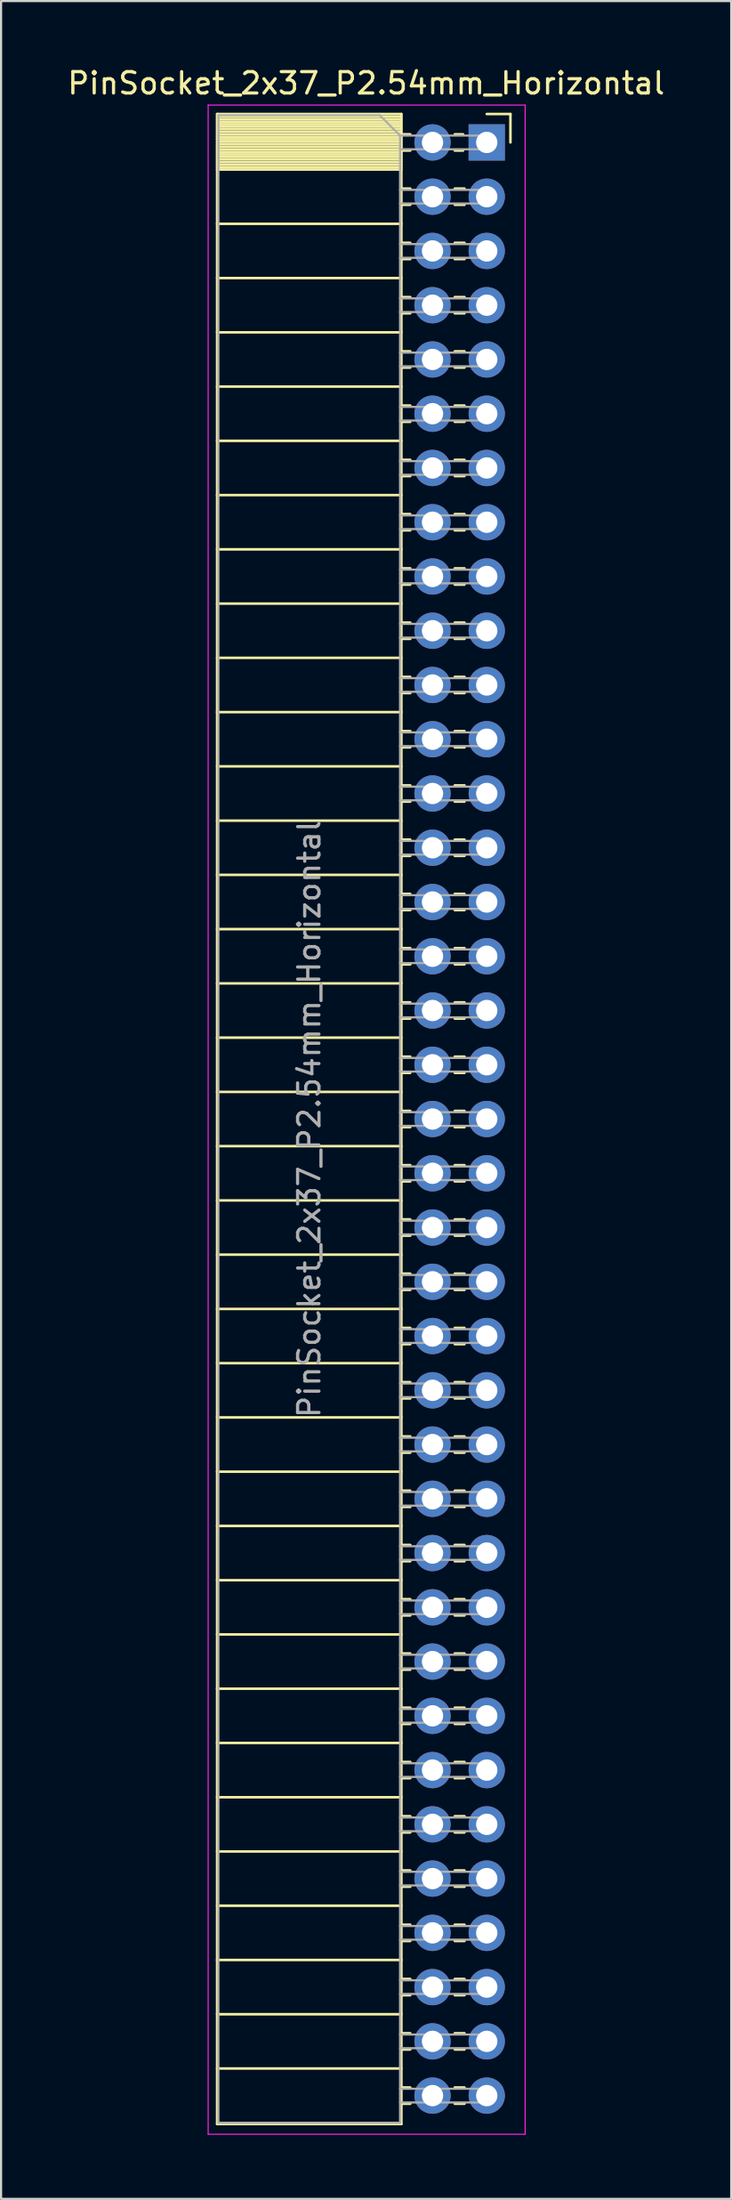
<source format=kicad_pcb>
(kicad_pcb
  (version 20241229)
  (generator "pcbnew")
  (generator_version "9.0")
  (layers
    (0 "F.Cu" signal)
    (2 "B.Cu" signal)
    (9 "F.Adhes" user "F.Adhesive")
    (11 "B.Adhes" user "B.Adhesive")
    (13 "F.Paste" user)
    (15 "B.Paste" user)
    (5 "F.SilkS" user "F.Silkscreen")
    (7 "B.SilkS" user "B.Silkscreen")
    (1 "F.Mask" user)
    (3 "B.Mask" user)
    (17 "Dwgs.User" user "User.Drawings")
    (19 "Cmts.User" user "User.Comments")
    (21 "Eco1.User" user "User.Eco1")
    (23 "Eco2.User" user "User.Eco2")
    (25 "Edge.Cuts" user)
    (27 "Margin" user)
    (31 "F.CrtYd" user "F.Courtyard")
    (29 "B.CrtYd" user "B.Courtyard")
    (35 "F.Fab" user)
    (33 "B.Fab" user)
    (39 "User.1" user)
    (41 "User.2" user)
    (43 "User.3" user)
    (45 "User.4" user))
  (footprint "PinSocket_2x37_P2.54mm_Horizontal"
    (layer "F.Cu")
    (at 19.751 3.618)
    (property "Reference" "PinSocket_2x37_P2.54mm_Horizontal" (at -5.65 -2.77 0) (layer "F.SilkS") (effects (font (size 1 1) (thickness 0.15))))
    (attr through_hole)
    (fp_line (start -12.63 -1.33) (end -12.63 92.77) (stroke (width 0.12) (type solid)) (layer "F.SilkS"))
    (fp_line (start -12.63 -1.33) (end -4 -1.33) (stroke (width 0.12) (type solid)) (layer "F.SilkS"))
    (fp_line (start -12.63 -1.21) (end -4 -1.21) (stroke (width 0.12) (type solid)) (layer "F.SilkS"))
    (fp_line (start -12.63 -1.092) (end -4 -1.092) (stroke (width 0.12) (type solid)) (layer "F.SilkS"))
    (fp_line (start -12.63 -0.974) (end -4 -0.974) (stroke (width 0.12) (type solid)) (layer "F.SilkS"))
    (fp_line (start -12.63 -0.856) (end -4 -0.856) (stroke (width 0.12) (type solid)) (layer "F.SilkS"))
    (fp_line (start -12.63 -0.738) (end -4 -0.738) (stroke (width 0.12) (type solid)) (layer "F.SilkS"))
    (fp_line (start -12.63 -0.62) (end -4 -0.62) (stroke (width 0.12) (type solid)) (layer "F.SilkS"))
    (fp_line (start -12.63 -0.501) (end -4 -0.501) (stroke (width 0.12) (type solid)) (layer "F.SilkS"))
    (fp_line (start -12.63 -0.383) (end -4 -0.383) (stroke (width 0.12) (type solid)) (layer "F.SilkS"))
    (fp_line (start -12.63 -0.265) (end -4 -0.265) (stroke (width 0.12) (type solid)) (layer "F.SilkS"))
    (fp_line (start -12.63 -0.147) (end -4 -0.147) (stroke (width 0.12) (type solid)) (layer "F.SilkS"))
    (fp_line (start -12.63 -0.029) (end -4 -0.029) (stroke (width 0.12) (type solid)) (layer "F.SilkS"))
    (fp_line (start -12.63 0.089) (end -4 0.089) (stroke (width 0.12) (type solid)) (layer "F.SilkS"))
    (fp_line (start -12.63 0.207) (end -4 0.207) (stroke (width 0.12) (type solid)) (layer "F.SilkS"))
    (fp_line (start -12.63 0.325) (end -4 0.325) (stroke (width 0.12) (type solid)) (layer "F.SilkS"))
    (fp_line (start -12.63 0.443) (end -4 0.443) (stroke (width 0.12) (type solid)) (layer "F.SilkS"))
    (fp_line (start -12.63 0.561) (end -4 0.561) (stroke (width 0.12) (type solid)) (layer "F.SilkS"))
    (fp_line (start -12.63 0.68) (end -4 0.68) (stroke (width 0.12) (type solid)) (layer "F.SilkS"))
    (fp_line (start -12.63 0.798) (end -4 0.798) (stroke (width 0.12) (type solid)) (layer "F.SilkS"))
    (fp_line (start -12.63 0.916) (end -4 0.916) (stroke (width 0.12) (type solid)) (layer "F.SilkS"))
    (fp_line (start -12.63 1.034) (end -4 1.034) (stroke (width 0.12) (type solid)) (layer "F.SilkS"))
    (fp_line (start -12.63 1.152) (end -4 1.152) (stroke (width 0.12) (type solid)) (layer "F.SilkS"))
    (fp_line (start -12.63 1.27) (end -4 1.27) (stroke (width 0.12) (type solid)) (layer "F.SilkS"))
    (fp_line (start -12.63 3.81) (end -4 3.81) (stroke (width 0.12) (type solid)) (layer "F.SilkS"))
    (fp_line (start -12.63 6.35) (end -4 6.35) (stroke (width 0.12) (type solid)) (layer "F.SilkS"))
    (fp_line (start -12.63 8.89) (end -4 8.89) (stroke (width 0.12) (type solid)) (layer "F.SilkS"))
    (fp_line (start -12.63 11.43) (end -4 11.43) (stroke (width 0.12) (type solid)) (layer "F.SilkS"))
    (fp_line (start -12.63 13.97) (end -4 13.97) (stroke (width 0.12) (type solid)) (layer "F.SilkS"))
    (fp_line (start -12.63 16.51) (end -4 16.51) (stroke (width 0.12) (type solid)) (layer "F.SilkS"))
    (fp_line (start -12.63 19.05) (end -4 19.05) (stroke (width 0.12) (type solid)) (layer "F.SilkS"))
    (fp_line (start -12.63 21.59) (end -4 21.59) (stroke (width 0.12) (type solid)) (layer "F.SilkS"))
    (fp_line (start -12.63 24.13) (end -4 24.13) (stroke (width 0.12) (type solid)) (layer "F.SilkS"))
    (fp_line (start -12.63 26.67) (end -4 26.67) (stroke (width 0.12) (type solid)) (layer "F.SilkS"))
    (fp_line (start -12.63 29.21) (end -4 29.21) (stroke (width 0.12) (type solid)) (layer "F.SilkS"))
    (fp_line (start -12.63 31.75) (end -4 31.75) (stroke (width 0.12) (type solid)) (layer "F.SilkS"))
    (fp_line (start -12.63 34.29) (end -4 34.29) (stroke (width 0.12) (type solid)) (layer "F.SilkS"))
    (fp_line (start -12.63 36.83) (end -4 36.83) (stroke (width 0.12) (type solid)) (layer "F.SilkS"))
    (fp_line (start -12.63 39.37) (end -4 39.37) (stroke (width 0.12) (type solid)) (layer "F.SilkS"))
    (fp_line (start -12.63 41.91) (end -4 41.91) (stroke (width 0.12) (type solid)) (layer "F.SilkS"))
    (fp_line (start -12.63 44.45) (end -4 44.45) (stroke (width 0.12) (type solid)) (layer "F.SilkS"))
    (fp_line (start -12.63 46.99) (end -4 46.99) (stroke (width 0.12) (type solid)) (layer "F.SilkS"))
    (fp_line (start -12.63 49.53) (end -4 49.53) (stroke (width 0.12) (type solid)) (layer "F.SilkS"))
    (fp_line (start -12.63 52.07) (end -4 52.07) (stroke (width 0.12) (type solid)) (layer "F.SilkS"))
    (fp_line (start -12.63 54.61) (end -4 54.61) (stroke (width 0.12) (type solid)) (layer "F.SilkS"))
    (fp_line (start -12.63 57.15) (end -4 57.15) (stroke (width 0.12) (type solid)) (layer "F.SilkS"))
    (fp_line (start -12.63 59.69) (end -4 59.69) (stroke (width 0.12) (type solid)) (layer "F.SilkS"))
    (fp_line (start -12.63 62.23) (end -4 62.23) (stroke (width 0.12) (type solid)) (layer "F.SilkS"))
    (fp_line (start -12.63 64.77) (end -4 64.77) (stroke (width 0.12) (type solid)) (layer "F.SilkS"))
    (fp_line (start -12.63 67.31) (end -4 67.31) (stroke (width 0.12) (type solid)) (layer "F.SilkS"))
    (fp_line (start -12.63 69.85) (end -4 69.85) (stroke (width 0.12) (type solid)) (layer "F.SilkS"))
    (fp_line (start -12.63 72.39) (end -4 72.39) (stroke (width 0.12) (type solid)) (layer "F.SilkS"))
    (fp_line (start -12.63 74.93) (end -4 74.93) (stroke (width 0.12) (type solid)) (layer "F.SilkS"))
    (fp_line (start -12.63 77.47) (end -4 77.47) (stroke (width 0.12) (type solid)) (layer "F.SilkS"))
    (fp_line (start -12.63 80.01) (end -4 80.01) (stroke (width 0.12) (type solid)) (layer "F.SilkS"))
    (fp_line (start -12.63 82.55) (end -4 82.55) (stroke (width 0.12) (type solid)) (layer "F.SilkS"))
    (fp_line (start -12.63 85.09) (end -4 85.09) (stroke (width 0.12) (type solid)) (layer "F.SilkS"))
    (fp_line (start -12.63 87.63) (end -4 87.63) (stroke (width 0.12) (type solid)) (layer "F.SilkS"))
    (fp_line (start -12.63 90.17) (end -4 90.17) (stroke (width 0.12) (type solid)) (layer "F.SilkS"))
    (fp_line (start -12.63 92.77) (end -4 92.77) (stroke (width 0.12) (type solid)) (layer "F.SilkS"))
    (fp_line (start -4 -1.33) (end -4 92.77) (stroke (width 0.12) (type solid)) (layer "F.SilkS"))
    (fp_line (start -4 -0.38) (end -3.583 -0.38) (stroke (width 0.12) (type solid)) (layer "F.SilkS"))
    (fp_line (start -4 0.38) (end -3.583 0.38) (stroke (width 0.12) (type solid)) (layer "F.SilkS"))
    (fp_line (start -4 2.16) (end -3.583 2.16) (stroke (width 0.12) (type solid)) (layer "F.SilkS"))
    (fp_line (start -4 2.92) (end -3.583 2.92) (stroke (width 0.12) (type solid)) (layer "F.SilkS"))
    (fp_line (start -4 4.7) (end -3.583 4.7) (stroke (width 0.12) (type solid)) (layer "F.SilkS"))
    (fp_line (start -4 5.46) (end -3.583 5.46) (stroke (width 0.12) (type solid)) (layer "F.SilkS"))
    (fp_line (start -4 7.24) (end -3.583 7.24) (stroke (width 0.12) (type solid)) (layer "F.SilkS"))
    (fp_line (start -4 8) (end -3.583 8) (stroke (width 0.12) (type solid)) (layer "F.SilkS"))
    (fp_line (start -4 9.78) (end -3.583 9.78) (stroke (width 0.12) (type solid)) (layer "F.SilkS"))
    (fp_line (start -4 10.54) (end -3.583 10.54) (stroke (width 0.12) (type solid)) (layer "F.SilkS"))
    (fp_line (start -4 12.32) (end -3.583 12.32) (stroke (width 0.12) (type solid)) (layer "F.SilkS"))
    (fp_line (start -4 13.08) (end -3.583 13.08) (stroke (width 0.12) (type solid)) (layer "F.SilkS"))
    (fp_line (start -4 14.86) (end -3.583 14.86) (stroke (width 0.12) (type solid)) (layer "F.SilkS"))
    (fp_line (start -4 15.62) (end -3.583 15.62) (stroke (width 0.12) (type solid)) (layer "F.SilkS"))
    (fp_line (start -4 17.4) (end -3.583 17.4) (stroke (width 0.12) (type solid)) (layer "F.SilkS"))
    (fp_line (start -4 18.16) (end -3.583 18.16) (stroke (width 0.12) (type solid)) (layer "F.SilkS"))
    (fp_line (start -4 19.94) (end -3.583 19.94) (stroke (width 0.12) (type solid)) (layer "F.SilkS"))
    (fp_line (start -4 20.7) (end -3.583 20.7) (stroke (width 0.12) (type solid)) (layer "F.SilkS"))
    (fp_line (start -4 22.48) (end -3.583 22.48) (stroke (width 0.12) (type solid)) (layer "F.SilkS"))
    (fp_line (start -4 23.24) (end -3.583 23.24) (stroke (width 0.12) (type solid)) (layer "F.SilkS"))
    (fp_line (start -4 25.02) (end -3.583 25.02) (stroke (width 0.12) (type solid)) (layer "F.SilkS"))
    (fp_line (start -4 25.78) (end -3.583 25.78) (stroke (width 0.12) (type solid)) (layer "F.SilkS"))
    (fp_line (start -4 27.56) (end -3.583 27.56) (stroke (width 0.12) (type solid)) (layer "F.SilkS"))
    (fp_line (start -4 28.32) (end -3.583 28.32) (stroke (width 0.12) (type solid)) (layer "F.SilkS"))
    (fp_line (start -4 30.1) (end -3.583 30.1) (stroke (width 0.12) (type solid)) (layer "F.SilkS"))
    (fp_line (start -4 30.86) (end -3.583 30.86) (stroke (width 0.12) (type solid)) (layer "F.SilkS"))
    (fp_line (start -4 32.64) (end -3.583 32.64) (stroke (width 0.12) (type solid)) (layer "F.SilkS"))
    (fp_line (start -4 33.4) (end -3.583 33.4) (stroke (width 0.12) (type solid)) (layer "F.SilkS"))
    (fp_line (start -4 35.18) (end -3.583 35.18) (stroke (width 0.12) (type solid)) (layer "F.SilkS"))
    (fp_line (start -4 35.94) (end -3.583 35.94) (stroke (width 0.12) (type solid)) (layer "F.SilkS"))
    (fp_line (start -4 37.72) (end -3.583 37.72) (stroke (width 0.12) (type solid)) (layer "F.SilkS"))
    (fp_line (start -4 38.48) (end -3.583 38.48) (stroke (width 0.12) (type solid)) (layer "F.SilkS"))
    (fp_line (start -4 40.26) (end -3.583 40.26) (stroke (width 0.12) (type solid)) (layer "F.SilkS"))
    (fp_line (start -4 41.02) (end -3.583 41.02) (stroke (width 0.12) (type solid)) (layer "F.SilkS"))
    (fp_line (start -4 42.8) (end -3.583 42.8) (stroke (width 0.12) (type solid)) (layer "F.SilkS"))
    (fp_line (start -4 43.56) (end -3.583 43.56) (stroke (width 0.12) (type solid)) (layer "F.SilkS"))
    (fp_line (start -4 45.34) (end -3.583 45.34) (stroke (width 0.12) (type solid)) (layer "F.SilkS"))
    (fp_line (start -4 46.1) (end -3.583 46.1) (stroke (width 0.12) (type solid)) (layer "F.SilkS"))
    (fp_line (start -4 47.88) (end -3.583 47.88) (stroke (width 0.12) (type solid)) (layer "F.SilkS"))
    (fp_line (start -4 48.64) (end -3.583 48.64) (stroke (width 0.12) (type solid)) (layer "F.SilkS"))
    (fp_line (start -4 50.42) (end -3.583 50.42) (stroke (width 0.12) (type solid)) (layer "F.SilkS"))
    (fp_line (start -4 51.18) (end -3.583 51.18) (stroke (width 0.12) (type solid)) (layer "F.SilkS"))
    (fp_line (start -4 52.96) (end -3.583 52.96) (stroke (width 0.12) (type solid)) (layer "F.SilkS"))
    (fp_line (start -4 53.72) (end -3.583 53.72) (stroke (width 0.12) (type solid)) (layer "F.SilkS"))
    (fp_line (start -4 55.5) (end -3.583 55.5) (stroke (width 0.12) (type solid)) (layer "F.SilkS"))
    (fp_line (start -4 56.26) (end -3.583 56.26) (stroke (width 0.12) (type solid)) (layer "F.SilkS"))
    (fp_line (start -4 58.04) (end -3.583 58.04) (stroke (width 0.12) (type solid)) (layer "F.SilkS"))
    (fp_line (start -4 58.8) (end -3.583 58.8) (stroke (width 0.12) (type solid)) (layer "F.SilkS"))
    (fp_line (start -4 60.58) (end -3.583 60.58) (stroke (width 0.12) (type solid)) (layer "F.SilkS"))
    (fp_line (start -4 61.34) (end -3.583 61.34) (stroke (width 0.12) (type solid)) (layer "F.SilkS"))
    (fp_line (start -4 63.12) (end -3.583 63.12) (stroke (width 0.12) (type solid)) (layer "F.SilkS"))
    (fp_line (start -4 63.88) (end -3.583 63.88) (stroke (width 0.12) (type solid)) (layer "F.SilkS"))
    (fp_line (start -4 65.66) (end -3.583 65.66) (stroke (width 0.12) (type solid)) (layer "F.SilkS"))
    (fp_line (start -4 66.42) (end -3.583 66.42) (stroke (width 0.12) (type solid)) (layer "F.SilkS"))
    (fp_line (start -4 68.2) (end -3.583 68.2) (stroke (width 0.12) (type solid)) (layer "F.SilkS"))
    (fp_line (start -4 68.96) (end -3.583 68.96) (stroke (width 0.12) (type solid)) (layer "F.SilkS"))
    (fp_line (start -4 70.74) (end -3.583 70.74) (stroke (width 0.12) (type solid)) (layer "F.SilkS"))
    (fp_line (start -4 71.5) (end -3.583 71.5) (stroke (width 0.12) (type solid)) (layer "F.SilkS"))
    (fp_line (start -4 73.28) (end -3.583 73.28) (stroke (width 0.12) (type solid)) (layer "F.SilkS"))
    (fp_line (start -4 74.04) (end -3.583 74.04) (stroke (width 0.12) (type solid)) (layer "F.SilkS"))
    (fp_line (start -4 75.82) (end -3.583 75.82) (stroke (width 0.12) (type solid)) (layer "F.SilkS"))
    (fp_line (start -4 76.58) (end -3.583 76.58) (stroke (width 0.12) (type solid)) (layer "F.SilkS"))
    (fp_line (start -4 78.36) (end -3.583 78.36) (stroke (width 0.12) (type solid)) (layer "F.SilkS"))
    (fp_line (start -4 79.12) (end -3.583 79.12) (stroke (width 0.12) (type solid)) (layer "F.SilkS"))
    (fp_line (start -4 80.9) (end -3.583 80.9) (stroke (width 0.12) (type solid)) (layer "F.SilkS"))
    (fp_line (start -4 81.66) (end -3.583 81.66) (stroke (width 0.12) (type solid)) (layer "F.SilkS"))
    (fp_line (start -4 83.44) (end -3.583 83.44) (stroke (width 0.12) (type solid)) (layer "F.SilkS"))
    (fp_line (start -4 84.2) (end -3.583 84.2) (stroke (width 0.12) (type solid)) (layer "F.SilkS"))
    (fp_line (start -4 85.98) (end -3.583 85.98) (stroke (width 0.12) (type solid)) (layer "F.SilkS"))
    (fp_line (start -4 86.74) (end -3.583 86.74) (stroke (width 0.12) (type solid)) (layer "F.SilkS"))
    (fp_line (start -4 88.52) (end -3.583 88.52) (stroke (width 0.12) (type solid)) (layer "F.SilkS"))
    (fp_line (start -4 89.28) (end -3.583 89.28) (stroke (width 0.12) (type solid)) (layer "F.SilkS"))
    (fp_line (start -4 91.06) (end -3.583 91.06) (stroke (width 0.12) (type solid)) (layer "F.SilkS"))
    (fp_line (start -4 91.82) (end -3.583 91.82) (stroke (width 0.12) (type solid)) (layer "F.SilkS"))
    (fp_line (start -1.497 -0.38) (end -1.11 -0.38) (stroke (width 0.12) (type solid)) (layer "F.SilkS"))
    (fp_line (start -1.497 0.38) (end -1.11 0.38) (stroke (width 0.12) (type solid)) (layer "F.SilkS"))
    (fp_line (start -1.497 2.16) (end -1.043 2.16) (stroke (width 0.12) (type solid)) (layer "F.SilkS"))
    (fp_line (start -1.497 2.92) (end -1.043 2.92) (stroke (width 0.12) (type solid)) (layer "F.SilkS"))
    (fp_line (start -1.497 4.7) (end -1.043 4.7) (stroke (width 0.12) (type solid)) (layer "F.SilkS"))
    (fp_line (start -1.497 5.46) (end -1.043 5.46) (stroke (width 0.12) (type solid)) (layer "F.SilkS"))
    (fp_line (start -1.497 7.24) (end -1.043 7.24) (stroke (width 0.12) (type solid)) (layer "F.SilkS"))
    (fp_line (start -1.497 8) (end -1.043 8) (stroke (width 0.12) (type solid)) (layer "F.SilkS"))
    (fp_line (start -1.497 9.78) (end -1.043 9.78) (stroke (width 0.12) (type solid)) (layer "F.SilkS"))
    (fp_line (start -1.497 10.54) (end -1.043 10.54) (stroke (width 0.12) (type solid)) (layer "F.SilkS"))
    (fp_line (start -1.497 12.32) (end -1.043 12.32) (stroke (width 0.12) (type solid)) (layer "F.SilkS"))
    (fp_line (start -1.497 13.08) (end -1.043 13.08) (stroke (width 0.12) (type solid)) (layer "F.SilkS"))
    (fp_line (start -1.497 14.86) (end -1.043 14.86) (stroke (width 0.12) (type solid)) (layer "F.SilkS"))
    (fp_line (start -1.497 15.62) (end -1.043 15.62) (stroke (width 0.12) (type solid)) (layer "F.SilkS"))
    (fp_line (start -1.497 17.4) (end -1.043 17.4) (stroke (width 0.12) (type solid)) (layer "F.SilkS"))
    (fp_line (start -1.497 18.16) (end -1.043 18.16) (stroke (width 0.12) (type solid)) (layer "F.SilkS"))
    (fp_line (start -1.497 19.94) (end -1.043 19.94) (stroke (width 0.12) (type solid)) (layer "F.SilkS"))
    (fp_line (start -1.497 20.7) (end -1.043 20.7) (stroke (width 0.12) (type solid)) (layer "F.SilkS"))
    (fp_line (start -1.497 22.48) (end -1.043 22.48) (stroke (width 0.12) (type solid)) (layer "F.SilkS"))
    (fp_line (start -1.497 23.24) (end -1.043 23.24) (stroke (width 0.12) (type solid)) (layer "F.SilkS"))
    (fp_line (start -1.497 25.02) (end -1.043 25.02) (stroke (width 0.12) (type solid)) (layer "F.SilkS"))
    (fp_line (start -1.497 25.78) (end -1.043 25.78) (stroke (width 0.12) (type solid)) (layer "F.SilkS"))
    (fp_line (start -1.497 27.56) (end -1.043 27.56) (stroke (width 0.12) (type solid)) (layer "F.SilkS"))
    (fp_line (start -1.497 28.32) (end -1.043 28.32) (stroke (width 0.12) (type solid)) (layer "F.SilkS"))
    (fp_line (start -1.497 30.1) (end -1.043 30.1) (stroke (width 0.12) (type solid)) (layer "F.SilkS"))
    (fp_line (start -1.497 30.86) (end -1.043 30.86) (stroke (width 0.12) (type solid)) (layer "F.SilkS"))
    (fp_line (start -1.497 32.64) (end -1.043 32.64) (stroke (width 0.12) (type solid)) (layer "F.SilkS"))
    (fp_line (start -1.497 33.4) (end -1.043 33.4) (stroke (width 0.12) (type solid)) (layer "F.SilkS"))
    (fp_line (start -1.497 35.18) (end -1.043 35.18) (stroke (width 0.12) (type solid)) (layer "F.SilkS"))
    (fp_line (start -1.497 35.94) (end -1.043 35.94) (stroke (width 0.12) (type solid)) (layer "F.SilkS"))
    (fp_line (start -1.497 37.72) (end -1.043 37.72) (stroke (width 0.12) (type solid)) (layer "F.SilkS"))
    (fp_line (start -1.497 38.48) (end -1.043 38.48) (stroke (width 0.12) (type solid)) (layer "F.SilkS"))
    (fp_line (start -1.497 40.26) (end -1.043 40.26) (stroke (width 0.12) (type solid)) (layer "F.SilkS"))
    (fp_line (start -1.497 41.02) (end -1.043 41.02) (stroke (width 0.12) (type solid)) (layer "F.SilkS"))
    (fp_line (start -1.497 42.8) (end -1.043 42.8) (stroke (width 0.12) (type solid)) (layer "F.SilkS"))
    (fp_line (start -1.497 43.56) (end -1.043 43.56) (stroke (width 0.12) (type solid)) (layer "F.SilkS"))
    (fp_line (start -1.497 45.34) (end -1.043 45.34) (stroke (width 0.12) (type solid)) (layer "F.SilkS"))
    (fp_line (start -1.497 46.1) (end -1.043 46.1) (stroke (width 0.12) (type solid)) (layer "F.SilkS"))
    (fp_line (start -1.497 47.88) (end -1.043 47.88) (stroke (width 0.12) (type solid)) (layer "F.SilkS"))
    (fp_line (start -1.497 48.64) (end -1.043 48.64) (stroke (width 0.12) (type solid)) (layer "F.SilkS"))
    (fp_line (start -1.497 50.42) (end -1.043 50.42) (stroke (width 0.12) (type solid)) (layer "F.SilkS"))
    (fp_line (start -1.497 51.18) (end -1.043 51.18) (stroke (width 0.12) (type solid)) (layer "F.SilkS"))
    (fp_line (start -1.497 52.96) (end -1.043 52.96) (stroke (width 0.12) (type solid)) (layer "F.SilkS"))
    (fp_line (start -1.497 53.72) (end -1.043 53.72) (stroke (width 0.12) (type solid)) (layer "F.SilkS"))
    (fp_line (start -1.497 55.5) (end -1.043 55.5) (stroke (width 0.12) (type solid)) (layer "F.SilkS"))
    (fp_line (start -1.497 56.26) (end -1.043 56.26) (stroke (width 0.12) (type solid)) (layer "F.SilkS"))
    (fp_line (start -1.497 58.04) (end -1.043 58.04) (stroke (width 0.12) (type solid)) (layer "F.SilkS"))
    (fp_line (start -1.497 58.8) (end -1.043 58.8) (stroke (width 0.12) (type solid)) (layer "F.SilkS"))
    (fp_line (start -1.497 60.58) (end -1.043 60.58) (stroke (width 0.12) (type solid)) (layer "F.SilkS"))
    (fp_line (start -1.497 61.34) (end -1.043 61.34) (stroke (width 0.12) (type solid)) (layer "F.SilkS"))
    (fp_line (start -1.497 63.12) (end -1.043 63.12) (stroke (width 0.12) (type solid)) (layer "F.SilkS"))
    (fp_line (start -1.497 63.88) (end -1.043 63.88) (stroke (width 0.12) (type solid)) (layer "F.SilkS"))
    (fp_line (start -1.497 65.66) (end -1.043 65.66) (stroke (width 0.12) (type solid)) (layer "F.SilkS"))
    (fp_line (start -1.497 66.42) (end -1.043 66.42) (stroke (width 0.12) (type solid)) (layer "F.SilkS"))
    (fp_line (start -1.497 68.2) (end -1.043 68.2) (stroke (width 0.12) (type solid)) (layer "F.SilkS"))
    (fp_line (start -1.497 68.96) (end -1.043 68.96) (stroke (width 0.12) (type solid)) (layer "F.SilkS"))
    (fp_line (start -1.497 70.74) (end -1.043 70.74) (stroke (width 0.12) (type solid)) (layer "F.SilkS"))
    (fp_line (start -1.497 71.5) (end -1.043 71.5) (stroke (width 0.12) (type solid)) (layer "F.SilkS"))
    (fp_line (start -1.497 73.28) (end -1.043 73.28) (stroke (width 0.12) (type solid)) (layer "F.SilkS"))
    (fp_line (start -1.497 74.04) (end -1.043 74.04) (stroke (width 0.12) (type solid)) (layer "F.SilkS"))
    (fp_line (start -1.497 75.82) (end -1.043 75.82) (stroke (width 0.12) (type solid)) (layer "F.SilkS"))
    (fp_line (start -1.497 76.58) (end -1.043 76.58) (stroke (width 0.12) (type solid)) (layer "F.SilkS"))
    (fp_line (start -1.497 78.36) (end -1.043 78.36) (stroke (width 0.12) (type solid)) (layer "F.SilkS"))
    (fp_line (start -1.497 79.12) (end -1.043 79.12) (stroke (width 0.12) (type solid)) (layer "F.SilkS"))
    (fp_line (start -1.497 80.9) (end -1.043 80.9) (stroke (width 0.12) (type solid)) (layer "F.SilkS"))
    (fp_line (start -1.497 81.66) (end -1.043 81.66) (stroke (width 0.12) (type solid)) (layer "F.SilkS"))
    (fp_line (start -1.497 83.44) (end -1.043 83.44) (stroke (width 0.12) (type solid)) (layer "F.SilkS"))
    (fp_line (start -1.497 84.2) (end -1.043 84.2) (stroke (width 0.12) (type solid)) (layer "F.SilkS"))
    (fp_line (start -1.497 85.98) (end -1.043 85.98) (stroke (width 0.12) (type solid)) (layer "F.SilkS"))
    (fp_line (start -1.497 86.74) (end -1.043 86.74) (stroke (width 0.12) (type solid)) (layer "F.SilkS"))
    (fp_line (start -1.497 88.52) (end -1.043 88.52) (stroke (width 0.12) (type solid)) (layer "F.SilkS"))
    (fp_line (start -1.497 89.28) (end -1.043 89.28) (stroke (width 0.12) (type solid)) (layer "F.SilkS"))
    (fp_line (start -1.497 91.06) (end -1.043 91.06) (stroke (width 0.12) (type solid)) (layer "F.SilkS"))
    (fp_line (start -1.497 91.82) (end -1.043 91.82) (stroke (width 0.12) (type solid)) (layer "F.SilkS"))
    (fp_line (start 0 -1.33) (end 1.11 -1.33) (stroke (width 0.12) (type solid)) (layer "F.SilkS"))
    (fp_line (start 1.11 -1.33) (end 1.11 0) (stroke (width 0.12) (type solid)) (layer "F.SilkS"))
    (fp_line (start -13.05 -1.75) (end -13.05 93.25) (stroke (width 0.05) (type solid)) (layer "F.CrtYd"))
    (fp_line (start -13.05 93.25) (end 1.8 93.25) (stroke (width 0.05) (type solid)) (layer "F.CrtYd"))
    (fp_line (start 1.8 -1.75) (end -13.05 -1.75) (stroke (width 0.05) (type solid)) (layer "F.CrtYd"))
    (fp_line (start 1.8 93.25) (end 1.8 -1.75) (stroke (width 0.05) (type solid)) (layer "F.CrtYd"))
    (fp_line (start -12.57 -1.27) (end -5.01 -1.27) (stroke (width 0.1) (type solid)) (layer "F.Fab"))
    (fp_line (start -12.57 92.71) (end -12.57 -1.27) (stroke (width 0.1) (type solid)) (layer "F.Fab"))
    (fp_line (start -5.01 -1.27) (end -4.06 -0.32) (stroke (width 0.1) (type solid)) (layer "F.Fab"))
    (fp_line (start -4.06 -0.32) (end -4.06 92.71) (stroke (width 0.1) (type solid)) (layer "F.Fab"))
    (fp_line (start -4.06 0.32) (end 0 0.32) (stroke (width 0.1) (type solid)) (layer "F.Fab"))
    (fp_line (start -4.06 2.86) (end 0 2.86) (stroke (width 0.1) (type solid)) (layer "F.Fab"))
    (fp_line (start -4.06 5.4) (end 0 5.4) (stroke (width 0.1) (type solid)) (layer "F.Fab"))
    (fp_line (start -4.06 7.94) (end 0 7.94) (stroke (width 0.1) (type solid)) (layer "F.Fab"))
    (fp_line (start -4.06 10.48) (end 0 10.48) (stroke (width 0.1) (type solid)) (layer "F.Fab"))
    (fp_line (start -4.06 13.02) (end 0 13.02) (stroke (width 0.1) (type solid)) (layer "F.Fab"))
    (fp_line (start -4.06 15.56) (end 0 15.56) (stroke (width 0.1) (type solid)) (layer "F.Fab"))
    (fp_line (start -4.06 18.1) (end 0 18.1) (stroke (width 0.1) (type solid)) (layer "F.Fab"))
    (fp_line (start -4.06 20.64) (end 0 20.64) (stroke (width 0.1) (type solid)) (layer "F.Fab"))
    (fp_line (start -4.06 23.18) (end 0 23.18) (stroke (width 0.1) (type solid)) (layer "F.Fab"))
    (fp_line (start -4.06 25.72) (end 0 25.72) (stroke (width 0.1) (type solid)) (layer "F.Fab"))
    (fp_line (start -4.06 28.26) (end 0 28.26) (stroke (width 0.1) (type solid)) (layer "F.Fab"))
    (fp_line (start -4.06 30.8) (end 0 30.8) (stroke (width 0.1) (type solid)) (layer "F.Fab"))
    (fp_line (start -4.06 33.34) (end 0 33.34) (stroke (width 0.1) (type solid)) (layer "F.Fab"))
    (fp_line (start -4.06 35.88) (end 0 35.88) (stroke (width 0.1) (type solid)) (layer "F.Fab"))
    (fp_line (start -4.06 38.42) (end 0 38.42) (stroke (width 0.1) (type solid)) (layer "F.Fab"))
    (fp_line (start -4.06 40.96) (end 0 40.96) (stroke (width 0.1) (type solid)) (layer "F.Fab"))
    (fp_line (start -4.06 43.5) (end 0 43.5) (stroke (width 0.1) (type solid)) (layer "F.Fab"))
    (fp_line (start -4.06 46.04) (end 0 46.04) (stroke (width 0.1) (type solid)) (layer "F.Fab"))
    (fp_line (start -4.06 48.58) (end 0 48.58) (stroke (width 0.1) (type solid)) (layer "F.Fab"))
    (fp_line (start -4.06 51.12) (end 0 51.12) (stroke (width 0.1) (type solid)) (layer "F.Fab"))
    (fp_line (start -4.06 53.66) (end 0 53.66) (stroke (width 0.1) (type solid)) (layer "F.Fab"))
    (fp_line (start -4.06 56.2) (end 0 56.2) (stroke (width 0.1) (type solid)) (layer "F.Fab"))
    (fp_line (start -4.06 58.74) (end 0 58.74) (stroke (width 0.1) (type solid)) (layer "F.Fab"))
    (fp_line (start -4.06 61.28) (end 0 61.28) (stroke (width 0.1) (type solid)) (layer "F.Fab"))
    (fp_line (start -4.06 63.82) (end 0 63.82) (stroke (width 0.1) (type solid)) (layer "F.Fab"))
    (fp_line (start -4.06 66.36) (end 0 66.36) (stroke (width 0.1) (type solid)) (layer "F.Fab"))
    (fp_line (start -4.06 68.9) (end 0 68.9) (stroke (width 0.1) (type solid)) (layer "F.Fab"))
    (fp_line (start -4.06 71.44) (end 0 71.44) (stroke (width 0.1) (type solid)) (layer "F.Fab"))
    (fp_line (start -4.06 73.98) (end 0 73.98) (stroke (width 0.1) (type solid)) (layer "F.Fab"))
    (fp_line (start -4.06 76.52) (end 0 76.52) (stroke (width 0.1) (type solid)) (layer "F.Fab"))
    (fp_line (start -4.06 79.06) (end 0 79.06) (stroke (width 0.1) (type solid)) (layer "F.Fab"))
    (fp_line (start -4.06 81.6) (end 0 81.6) (stroke (width 0.1) (type solid)) (layer "F.Fab"))
    (fp_line (start -4.06 84.14) (end 0 84.14) (stroke (width 0.1) (type solid)) (layer "F.Fab"))
    (fp_line (start -4.06 86.68) (end 0 86.68) (stroke (width 0.1) (type solid)) (layer "F.Fab"))
    (fp_line (start -4.06 89.22) (end 0 89.22) (stroke (width 0.1) (type solid)) (layer "F.Fab"))
    (fp_line (start -4.06 91.76) (end 0 91.76) (stroke (width 0.1) (type solid)) (layer "F.Fab"))
    (fp_line (start -4.06 92.71) (end -12.57 92.71) (stroke (width 0.1) (type solid)) (layer "F.Fab"))
    (fp_line (start 0 -0.32) (end -4.06 -0.32) (stroke (width 0.1) (type solid)) (layer "F.Fab"))
    (fp_line (start 0 0.32) (end 0 -0.32) (stroke (width 0.1) (type solid)) (layer "F.Fab"))
    (fp_line (start 0 2.22) (end -4.06 2.22) (stroke (width 0.1) (type solid)) (layer "F.Fab"))
    (fp_line (start 0 2.86) (end 0 2.22) (stroke (width 0.1) (type solid)) (layer "F.Fab"))
    (fp_line (start 0 4.76) (end -4.06 4.76) (stroke (width 0.1) (type solid)) (layer "F.Fab"))
    (fp_line (start 0 5.4) (end 0 4.76) (stroke (width 0.1) (type solid)) (layer "F.Fab"))
    (fp_line (start 0 7.3) (end -4.06 7.3) (stroke (width 0.1) (type solid)) (layer "F.Fab"))
    (fp_line (start 0 7.94) (end 0 7.3) (stroke (width 0.1) (type solid)) (layer "F.Fab"))
    (fp_line (start 0 9.84) (end -4.06 9.84) (stroke (width 0.1) (type solid)) (layer "F.Fab"))
    (fp_line (start 0 10.48) (end 0 9.84) (stroke (width 0.1) (type solid)) (layer "F.Fab"))
    (fp_line (start 0 12.38) (end -4.06 12.38) (stroke (width 0.1) (type solid)) (layer "F.Fab"))
    (fp_line (start 0 13.02) (end 0 12.38) (stroke (width 0.1) (type solid)) (layer "F.Fab"))
    (fp_line (start 0 14.92) (end -4.06 14.92) (stroke (width 0.1) (type solid)) (layer "F.Fab"))
    (fp_line (start 0 15.56) (end 0 14.92) (stroke (width 0.1) (type solid)) (layer "F.Fab"))
    (fp_line (start 0 17.46) (end -4.06 17.46) (stroke (width 0.1) (type solid)) (layer "F.Fab"))
    (fp_line (start 0 18.1) (end 0 17.46) (stroke (width 0.1) (type solid)) (layer "F.Fab"))
    (fp_line (start 0 20) (end -4.06 20) (stroke (width 0.1) (type solid)) (layer "F.Fab"))
    (fp_line (start 0 20.64) (end 0 20) (stroke (width 0.1) (type solid)) (layer "F.Fab"))
    (fp_line (start 0 22.54) (end -4.06 22.54) (stroke (width 0.1) (type solid)) (layer "F.Fab"))
    (fp_line (start 0 23.18) (end 0 22.54) (stroke (width 0.1) (type solid)) (layer "F.Fab"))
    (fp_line (start 0 25.08) (end -4.06 25.08) (stroke (width 0.1) (type solid)) (layer "F.Fab"))
    (fp_line (start 0 25.72) (end 0 25.08) (stroke (width 0.1) (type solid)) (layer "F.Fab"))
    (fp_line (start 0 27.62) (end -4.06 27.62) (stroke (width 0.1) (type solid)) (layer "F.Fab"))
    (fp_line (start 0 28.26) (end 0 27.62) (stroke (width 0.1) (type solid)) (layer "F.Fab"))
    (fp_line (start 0 30.16) (end -4.06 30.16) (stroke (width 0.1) (type solid)) (layer "F.Fab"))
    (fp_line (start 0 30.8) (end 0 30.16) (stroke (width 0.1) (type solid)) (layer "F.Fab"))
    (fp_line (start 0 32.7) (end -4.06 32.7) (stroke (width 0.1) (type solid)) (layer "F.Fab"))
    (fp_line (start 0 33.34) (end 0 32.7) (stroke (width 0.1) (type solid)) (layer "F.Fab"))
    (fp_line (start 0 35.24) (end -4.06 35.24) (stroke (width 0.1) (type solid)) (layer "F.Fab"))
    (fp_line (start 0 35.88) (end 0 35.24) (stroke (width 0.1) (type solid)) (layer "F.Fab"))
    (fp_line (start 0 37.78) (end -4.06 37.78) (stroke (width 0.1) (type solid)) (layer "F.Fab"))
    (fp_line (start 0 38.42) (end 0 37.78) (stroke (width 0.1) (type solid)) (layer "F.Fab"))
    (fp_line (start 0 40.32) (end -4.06 40.32) (stroke (width 0.1) (type solid)) (layer "F.Fab"))
    (fp_line (start 0 40.96) (end 0 40.32) (stroke (width 0.1) (type solid)) (layer "F.Fab"))
    (fp_line (start 0 42.86) (end -4.06 42.86) (stroke (width 0.1) (type solid)) (layer "F.Fab"))
    (fp_line (start 0 43.5) (end 0 42.86) (stroke (width 0.1) (type solid)) (layer "F.Fab"))
    (fp_line (start 0 45.4) (end -4.06 45.4) (stroke (width 0.1) (type solid)) (layer "F.Fab"))
    (fp_line (start 0 46.04) (end 0 45.4) (stroke (width 0.1) (type solid)) (layer "F.Fab"))
    (fp_line (start 0 47.94) (end -4.06 47.94) (stroke (width 0.1) (type solid)) (layer "F.Fab"))
    (fp_line (start 0 48.58) (end 0 47.94) (stroke (width 0.1) (type solid)) (layer "F.Fab"))
    (fp_line (start 0 50.48) (end -4.06 50.48) (stroke (width 0.1) (type solid)) (layer "F.Fab"))
    (fp_line (start 0 51.12) (end 0 50.48) (stroke (width 0.1) (type solid)) (layer "F.Fab"))
    (fp_line (start 0 53.02) (end -4.06 53.02) (stroke (width 0.1) (type solid)) (layer "F.Fab"))
    (fp_line (start 0 53.66) (end 0 53.02) (stroke (width 0.1) (type solid)) (layer "F.Fab"))
    (fp_line (start 0 55.56) (end -4.06 55.56) (stroke (width 0.1) (type solid)) (layer "F.Fab"))
    (fp_line (start 0 56.2) (end 0 55.56) (stroke (width 0.1) (type solid)) (layer "F.Fab"))
    (fp_line (start 0 58.1) (end -4.06 58.1) (stroke (width 0.1) (type solid)) (layer "F.Fab"))
    (fp_line (start 0 58.74) (end 0 58.1) (stroke (width 0.1) (type solid)) (layer "F.Fab"))
    (fp_line (start 0 60.64) (end -4.06 60.64) (stroke (width 0.1) (type solid)) (layer "F.Fab"))
    (fp_line (start 0 61.28) (end 0 60.64) (stroke (width 0.1) (type solid)) (layer "F.Fab"))
    (fp_line (start 0 63.18) (end -4.06 63.18) (stroke (width 0.1) (type solid)) (layer "F.Fab"))
    (fp_line (start 0 63.82) (end 0 63.18) (stroke (width 0.1) (type solid)) (layer "F.Fab"))
    (fp_line (start 0 65.72) (end -4.06 65.72) (stroke (width 0.1) (type solid)) (layer "F.Fab"))
    (fp_line (start 0 66.36) (end 0 65.72) (stroke (width 0.1) (type solid)) (layer "F.Fab"))
    (fp_line (start 0 68.26) (end -4.06 68.26) (stroke (width 0.1) (type solid)) (layer "F.Fab"))
    (fp_line (start 0 68.9) (end 0 68.26) (stroke (width 0.1) (type solid)) (layer "F.Fab"))
    (fp_line (start 0 70.8) (end -4.06 70.8) (stroke (width 0.1) (type solid)) (layer "F.Fab"))
    (fp_line (start 0 71.44) (end 0 70.8) (stroke (width 0.1) (type solid)) (layer "F.Fab"))
    (fp_line (start 0 73.34) (end -4.06 73.34) (stroke (width 0.1) (type solid)) (layer "F.Fab"))
    (fp_line (start 0 73.98) (end 0 73.34) (stroke (width 0.1) (type solid)) (layer "F.Fab"))
    (fp_line (start 0 75.88) (end -4.06 75.88) (stroke (width 0.1) (type solid)) (layer "F.Fab"))
    (fp_line (start 0 76.52) (end 0 75.88) (stroke (width 0.1) (type solid)) (layer "F.Fab"))
    (fp_line (start 0 78.42) (end -4.06 78.42) (stroke (width 0.1) (type solid)) (layer "F.Fab"))
    (fp_line (start 0 79.06) (end 0 78.42) (stroke (width 0.1) (type solid)) (layer "F.Fab"))
    (fp_line (start 0 80.96) (end -4.06 80.96) (stroke (width 0.1) (type solid)) (layer "F.Fab"))
    (fp_line (start 0 81.6) (end 0 80.96) (stroke (width 0.1) (type solid)) (layer "F.Fab"))
    (fp_line (start 0 83.5) (end -4.06 83.5) (stroke (width 0.1) (type solid)) (layer "F.Fab"))
    (fp_line (start 0 84.14) (end 0 83.5) (stroke (width 0.1) (type solid)) (layer "F.Fab"))
    (fp_line (start 0 86.04) (end -4.06 86.04) (stroke (width 0.1) (type solid)) (layer "F.Fab"))
    (fp_line (start 0 86.68) (end 0 86.04) (stroke (width 0.1) (type solid)) (layer "F.Fab"))
    (fp_line (start 0 88.58) (end -4.06 88.58) (stroke (width 0.1) (type solid)) (layer "F.Fab"))
    (fp_line (start 0 89.22) (end 0 88.58) (stroke (width 0.1) (type solid)) (layer "F.Fab"))
    (fp_line (start 0 91.12) (end -4.06 91.12) (stroke (width 0.1) (type solid)) (layer "F.Fab"))
    (fp_line (start 0 91.76) (end 0 91.12) (stroke (width 0.1) (type solid)) (layer "F.Fab"))
    (fp_text user "${REFERENCE}" (at -8.315 45.72 90) (layer "F.Fab") (effects (font (size 1 1) (thickness 0.15))))
    (pad "1" thru_hole rect (at 0 0) (size 1.7 1.7) (drill 1) (layers "*.Cu" "*.Mask"))
    (pad "2" thru_hole oval (at -2.54 0) (size 1.7 1.7) (drill 1) (layers "*.Cu" "*.Mask"))
    (pad "3" thru_hole oval (at 0 2.54) (size 1.7 1.7) (drill 1) (layers "*.Cu" "*.Mask"))
    (pad "4" thru_hole oval (at -2.54 2.54) (size 1.7 1.7) (drill 1) (layers "*.Cu" "*.Mask"))
    (pad "5" thru_hole oval (at 0 5.08) (size 1.7 1.7) (drill 1) (layers "*.Cu" "*.Mask"))
    (pad "6" thru_hole oval (at -2.54 5.08) (size 1.7 1.7) (drill 1) (layers "*.Cu" "*.Mask"))
    (pad "7" thru_hole oval (at 0 7.62) (size 1.7 1.7) (drill 1) (layers "*.Cu" "*.Mask"))
    (pad "8" thru_hole oval (at -2.54 7.62) (size 1.7 1.7) (drill 1) (layers "*.Cu" "*.Mask"))
    (pad "9" thru_hole oval (at 0 10.16) (size 1.7 1.7) (drill 1) (layers "*.Cu" "*.Mask"))
    (pad "10" thru_hole oval (at -2.54 10.16) (size 1.7 1.7) (drill 1) (layers "*.Cu" "*.Mask"))
    (pad "11" thru_hole oval (at 0 12.7) (size 1.7 1.7) (drill 1) (layers "*.Cu" "*.Mask"))
    (pad "12" thru_hole oval (at -2.54 12.7) (size 1.7 1.7) (drill 1) (layers "*.Cu" "*.Mask"))
    (pad "13" thru_hole oval (at 0 15.24) (size 1.7 1.7) (drill 1) (layers "*.Cu" "*.Mask"))
    (pad "14" thru_hole oval (at -2.54 15.24) (size 1.7 1.7) (drill 1) (layers "*.Cu" "*.Mask"))
    (pad "15" thru_hole oval (at 0 17.78) (size 1.7 1.7) (drill 1) (layers "*.Cu" "*.Mask"))
    (pad "16" thru_hole oval (at -2.54 17.78) (size 1.7 1.7) (drill 1) (layers "*.Cu" "*.Mask"))
    (pad "17" thru_hole oval (at 0 20.32) (size 1.7 1.7) (drill 1) (layers "*.Cu" "*.Mask"))
    (pad "18" thru_hole oval (at -2.54 20.32) (size 1.7 1.7) (drill 1) (layers "*.Cu" "*.Mask"))
    (pad "19" thru_hole oval (at 0 22.86) (size 1.7 1.7) (drill 1) (layers "*.Cu" "*.Mask"))
    (pad "20" thru_hole oval (at -2.54 22.86) (size 1.7 1.7) (drill 1) (layers "*.Cu" "*.Mask"))
    (pad "21" thru_hole oval (at 0 25.4) (size 1.7 1.7) (drill 1) (layers "*.Cu" "*.Mask"))
    (pad "22" thru_hole oval (at -2.54 25.4) (size 1.7 1.7) (drill 1) (layers "*.Cu" "*.Mask"))
    (pad "23" thru_hole oval (at 0 27.94) (size 1.7 1.7) (drill 1) (layers "*.Cu" "*.Mask"))
    (pad "24" thru_hole oval (at -2.54 27.94) (size 1.7 1.7) (drill 1) (layers "*.Cu" "*.Mask"))
    (pad "25" thru_hole oval (at 0 30.48) (size 1.7 1.7) (drill 1) (layers "*.Cu" "*.Mask"))
    (pad "26" thru_hole oval (at -2.54 30.48) (size 1.7 1.7) (drill 1) (layers "*.Cu" "*.Mask"))
    (pad "27" thru_hole oval (at 0 33.02) (size 1.7 1.7) (drill 1) (layers "*.Cu" "*.Mask"))
    (pad "28" thru_hole oval (at -2.54 33.02) (size 1.7 1.7) (drill 1) (layers "*.Cu" "*.Mask"))
    (pad "29" thru_hole oval (at 0 35.56) (size 1.7 1.7) (drill 1) (layers "*.Cu" "*.Mask"))
    (pad "30" thru_hole oval (at -2.54 35.56) (size 1.7 1.7) (drill 1) (layers "*.Cu" "*.Mask"))
    (pad "31" thru_hole oval (at 0 38.1) (size 1.7 1.7) (drill 1) (layers "*.Cu" "*.Mask"))
    (pad "32" thru_hole oval (at -2.54 38.1) (size 1.7 1.7) (drill 1) (layers "*.Cu" "*.Mask"))
    (pad "33" thru_hole oval (at 0 40.64) (size 1.7 1.7) (drill 1) (layers "*.Cu" "*.Mask"))
    (pad "34" thru_hole oval (at -2.54 40.64) (size 1.7 1.7) (drill 1) (layers "*.Cu" "*.Mask"))
    (pad "35" thru_hole oval (at 0 43.18) (size 1.7 1.7) (drill 1) (layers "*.Cu" "*.Mask"))
    (pad "36" thru_hole oval (at -2.54 43.18) (size 1.7 1.7) (drill 1) (layers "*.Cu" "*.Mask"))
    (pad "37" thru_hole oval (at 0 45.72) (size 1.7 1.7) (drill 1) (layers "*.Cu" "*.Mask"))
    (pad "38" thru_hole oval (at -2.54 45.72) (size 1.7 1.7) (drill 1) (layers "*.Cu" "*.Mask"))
    (pad "39" thru_hole oval (at 0 48.26) (size 1.7 1.7) (drill 1) (layers "*.Cu" "*.Mask"))
    (pad "40" thru_hole oval (at -2.54 48.26) (size 1.7 1.7) (drill 1) (layers "*.Cu" "*.Mask"))
    (pad "41" thru_hole oval (at 0 50.8) (size 1.7 1.7) (drill 1) (layers "*.Cu" "*.Mask"))
    (pad "42" thru_hole oval (at -2.54 50.8) (size 1.7 1.7) (drill 1) (layers "*.Cu" "*.Mask"))
    (pad "43" thru_hole oval (at 0 53.34) (size 1.7 1.7) (drill 1) (layers "*.Cu" "*.Mask"))
    (pad "44" thru_hole oval (at -2.54 53.34) (size 1.7 1.7) (drill 1) (layers "*.Cu" "*.Mask"))
    (pad "45" thru_hole oval (at 0 55.88) (size 1.7 1.7) (drill 1) (layers "*.Cu" "*.Mask"))
    (pad "46" thru_hole oval (at -2.54 55.88) (size 1.7 1.7) (drill 1) (layers "*.Cu" "*.Mask"))
    (pad "47" thru_hole oval (at 0 58.42) (size 1.7 1.7) (drill 1) (layers "*.Cu" "*.Mask"))
    (pad "48" thru_hole oval (at -2.54 58.42) (size 1.7 1.7) (drill 1) (layers "*.Cu" "*.Mask"))
    (pad "49" thru_hole oval (at 0 60.96) (size 1.7 1.7) (drill 1) (layers "*.Cu" "*.Mask"))
    (pad "50" thru_hole oval (at -2.54 60.96) (size 1.7 1.7) (drill 1) (layers "*.Cu" "*.Mask"))
    (pad "51" thru_hole oval (at 0 63.5) (size 1.7 1.7) (drill 1) (layers "*.Cu" "*.Mask"))
    (pad "52" thru_hole oval (at -2.54 63.5) (size 1.7 1.7) (drill 1) (layers "*.Cu" "*.Mask"))
    (pad "53" thru_hole oval (at 0 66.04) (size 1.7 1.7) (drill 1) (layers "*.Cu" "*.Mask"))
    (pad "54" thru_hole oval (at -2.54 66.04) (size 1.7 1.7) (drill 1) (layers "*.Cu" "*.Mask"))
    (pad "55" thru_hole oval (at 0 68.58) (size 1.7 1.7) (drill 1) (layers "*.Cu" "*.Mask"))
    (pad "56" thru_hole oval (at -2.54 68.58) (size 1.7 1.7) (drill 1) (layers "*.Cu" "*.Mask"))
    (pad "57" thru_hole oval (at 0 71.12) (size 1.7 1.7) (drill 1) (layers "*.Cu" "*.Mask"))
    (pad "58" thru_hole oval (at -2.54 71.12) (size 1.7 1.7) (drill 1) (layers "*.Cu" "*.Mask"))
    (pad "59" thru_hole oval (at 0 73.66) (size 1.7 1.7) (drill 1) (layers "*.Cu" "*.Mask"))
    (pad "60" thru_hole oval (at -2.54 73.66) (size 1.7 1.7) (drill 1) (layers "*.Cu" "*.Mask"))
    (pad "61" thru_hole oval (at 0 76.2) (size 1.7 1.7) (drill 1) (layers "*.Cu" "*.Mask"))
    (pad "62" thru_hole oval (at -2.54 76.2) (size 1.7 1.7) (drill 1) (layers "*.Cu" "*.Mask"))
    (pad "63" thru_hole oval (at 0 78.74) (size 1.7 1.7) (drill 1) (layers "*.Cu" "*.Mask"))
    (pad "64" thru_hole oval (at -2.54 78.74) (size 1.7 1.7) (drill 1) (layers "*.Cu" "*.Mask"))
    (pad "65" thru_hole oval (at 0 81.28) (size 1.7 1.7) (drill 1) (layers "*.Cu" "*.Mask"))
    (pad "66" thru_hole oval (at -2.54 81.28) (size 1.7 1.7) (drill 1) (layers "*.Cu" "*.Mask"))
    (pad "67" thru_hole oval (at 0 83.82) (size 1.7 1.7) (drill 1) (layers "*.Cu" "*.Mask"))
    (pad "68" thru_hole oval (at -2.54 83.82) (size 1.7 1.7) (drill 1) (layers "*.Cu" "*.Mask"))
    (pad "69" thru_hole oval (at 0 86.36) (size 1.7 1.7) (drill 1) (layers "*.Cu" "*.Mask"))
    (pad "70" thru_hole oval (at -2.54 86.36) (size 1.7 1.7) (drill 1) (layers "*.Cu" "*.Mask"))
    (pad "71" thru_hole oval (at 0 88.9) (size 1.7 1.7) (drill 1) (layers "*.Cu" "*.Mask"))
    (pad "72" thru_hole oval (at -2.54 88.9) (size 1.7 1.7) (drill 1) (layers "*.Cu" "*.Mask"))
    (pad "73" thru_hole oval (at 0 91.44) (size 1.7 1.7) (drill 1) (layers "*.Cu" "*.Mask"))
    (pad "74" thru_hole oval (at -2.54 91.44) (size 1.7 1.7) (drill 1) (layers "*.Cu" "*.Mask")))
  (gr_rect
    (start -3 -3)
    (end 31.202 99.893)
    (stroke (width 0.1) (type default))
    (fill no)
    (layer "Edge.Cuts")))
</source>
